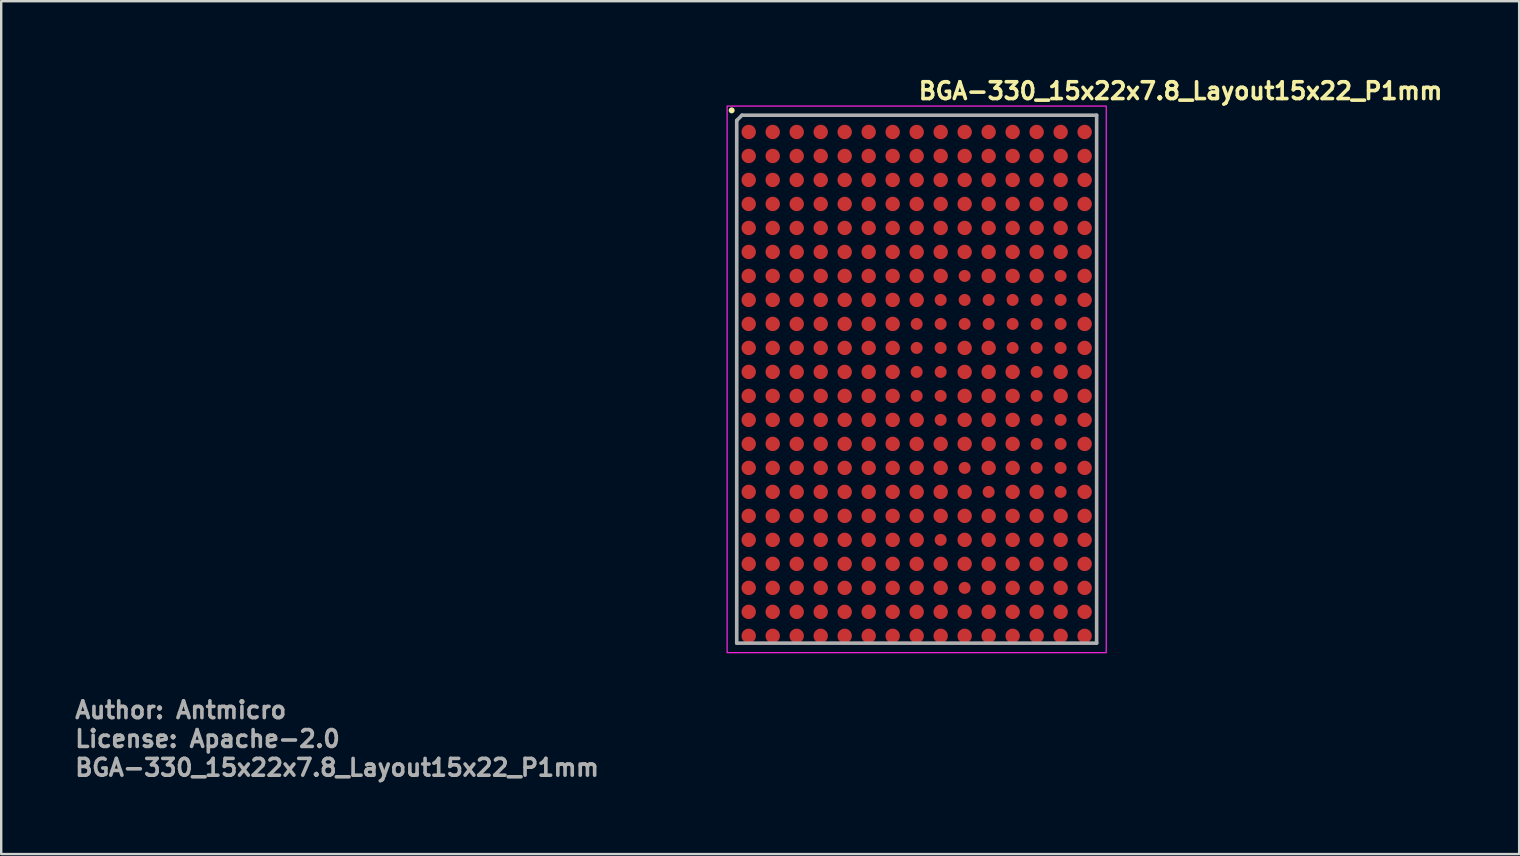
<source format=kicad_pcb>
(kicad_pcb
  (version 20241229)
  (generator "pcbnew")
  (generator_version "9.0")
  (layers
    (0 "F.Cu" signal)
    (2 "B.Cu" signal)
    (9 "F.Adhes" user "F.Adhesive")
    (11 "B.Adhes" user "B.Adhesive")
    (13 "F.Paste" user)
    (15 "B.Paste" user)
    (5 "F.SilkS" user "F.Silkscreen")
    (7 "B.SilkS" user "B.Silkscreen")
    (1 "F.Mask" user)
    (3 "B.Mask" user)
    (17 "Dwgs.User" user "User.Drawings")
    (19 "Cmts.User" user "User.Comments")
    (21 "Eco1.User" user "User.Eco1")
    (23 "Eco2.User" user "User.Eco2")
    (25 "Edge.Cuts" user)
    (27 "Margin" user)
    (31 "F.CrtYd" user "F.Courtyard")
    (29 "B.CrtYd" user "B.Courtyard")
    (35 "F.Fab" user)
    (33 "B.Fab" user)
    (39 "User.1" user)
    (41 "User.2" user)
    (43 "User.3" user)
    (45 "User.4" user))
  (footprint "BGA-330_15x22x7.8_Layout15x22_P1mm"
    (layer "F.Cu")
    (at 35.153 12.95)
    (property "Reference" "BGA-330_15x22x7.8_Layout15x22_P1mm" (at 0 -11.8 0) (unlocked yes) (layer "F.SilkS") (effects (font (size 0.7 0.7) (thickness 0.15)) (justify left bottom)))
    (attr smd)
    (fp_circle (center -7.71 -11.4) (end -7.66 -11.4) (stroke (width 0.15) (type solid)) (fill yes) (layer "F.SilkS"))
    (fp_rect (start -7.9 -11.58) (end 7.9 11.2) (stroke (width 0.05) (type solid)) (fill no) (layer "F.CrtYd"))
    (fp_line (start -7.499 -10.98) (end -7.499 10.802) (stroke (width 0.15) (type solid)) (layer "F.Fab"))
    (fp_line (start -7.281 -11.198) (end -7.499 -10.98) (stroke (width 0.15) (type solid)) (layer "F.Fab"))
    (fp_line (start 7.501 -11.198) (end -7.281 -11.198) (stroke (width 0.15) (type solid)) (layer "F.Fab"))
    (fp_line (start 7.501 -11.198) (end 7.501 10.802) (stroke (width 0.15) (type solid)) (layer "F.Fab"))
    (fp_line (start 7.501 10.802) (end -7.499 10.802) (stroke (width 0.15) (type solid)) (layer "F.Fab"))
    (fp_rect (start -7.506 -11.178) (end 7.506 10.818) (stroke (width 0.1) (type solid)) (fill no) (layer "User.5"))
    (fp_line (start -7.506 -11.178) (end -7.506 10.818) (stroke (width 0.02) (type solid)) (layer "User.9"))
    (fp_line (start -7.506 10.818) (end 7.506 10.818) (stroke (width 0.02) (type solid)) (layer "User.9"))
    (fp_line (start -6.38 -9.696) (end -6.38 -9.677) (stroke (width 0.02) (type solid)) (layer "User.9"))
    (fp_line (start -6.38 -9.677) (end -6.38 -9.677) (stroke (width 0.02) (type solid)) (layer "User.9"))
    (fp_line (start -6.38 -9.677) (end -6.38 -9.658) (stroke (width 0.02) (type solid)) (layer "User.9"))
    (fp_line (start -6.38 -9.658) (end -6.378 -9.639) (stroke (width 0.02) (type solid)) (layer "User.9"))
    (fp_line (start -6.378 -9.715) (end -6.38 -9.696) (stroke (width 0.02) (type solid)) (layer "User.9"))
    (fp_line (start -6.378 -9.639) (end -6.376 -9.62) (stroke (width 0.02) (type solid)) (layer "User.9"))
    (fp_line (start -6.376 -9.734) (end -6.378 -9.715) (stroke (width 0.02) (type solid)) (layer "User.9"))
    (fp_line (start -6.376 -9.62) (end -6.373 -9.601) (stroke (width 0.02) (type solid)) (layer "User.9"))
    (fp_line (start -6.373 -9.753) (end -6.376 -9.734) (stroke (width 0.02) (type solid)) (layer "User.9"))
    (fp_line (start -6.373 -9.601) (end -6.368 -9.583) (stroke (width 0.02) (type solid)) (layer "User.9"))
    (fp_line (start -6.368 -9.771) (end -6.373 -9.753) (stroke (width 0.02) (type solid)) (layer "User.9"))
    (fp_line (start -6.368 -9.583) (end -6.363 -9.565) (stroke (width 0.02) (type solid)) (layer "User.9"))
    (fp_line (start -6.363 -9.789) (end -6.368 -9.771) (stroke (width 0.02) (type solid)) (layer "User.9"))
    (fp_line (start -6.363 -9.565) (end -6.358 -9.548) (stroke (width 0.02) (type solid)) (layer "User.9"))
    (fp_line (start -6.358 -9.806) (end -6.363 -9.789) (stroke (width 0.02) (type solid)) (layer "User.9"))
    (fp_line (start -6.358 -9.548) (end -6.351 -9.531) (stroke (width 0.02) (type solid)) (layer "User.9"))
    (fp_line (start -6.351 -9.823) (end -6.358 -9.806) (stroke (width 0.02) (type solid)) (layer "User.9"))
    (fp_line (start -6.351 -9.531) (end -6.343 -9.514) (stroke (width 0.02) (type solid)) (layer "User.9"))
    (fp_line (start -6.343 -9.84) (end -6.351 -9.823) (stroke (width 0.02) (type solid)) (layer "User.9"))
    (fp_line (start -6.343 -9.514) (end -6.335 -9.498) (stroke (width 0.02) (type solid)) (layer "User.9"))
    (fp_line (start -6.335 -9.856) (end -6.343 -9.84) (stroke (width 0.02) (type solid)) (layer "User.9"))
    (fp_line (start -6.335 -9.498) (end -6.326 -9.482) (stroke (width 0.02) (type solid)) (layer "User.9"))
    (fp_line (start -6.326 -9.872) (end -6.335 -9.856) (stroke (width 0.02) (type solid)) (layer "User.9"))
    (fp_line (start -6.326 -9.482) (end -6.316 -9.467) (stroke (width 0.02) (type solid)) (layer "User.9"))
    (fp_line (start -6.316 -9.887) (end -6.326 -9.872) (stroke (width 0.02) (type solid)) (layer "User.9"))
    (fp_line (start -6.316 -9.467) (end -6.306 -9.452) (stroke (width 0.02) (type solid)) (layer "User.9"))
    (fp_line (start -6.306 -9.902) (end -6.316 -9.887) (stroke (width 0.02) (type solid)) (layer "User.9"))
    (fp_line (start -6.306 -9.452) (end -6.295 -9.438) (stroke (width 0.02) (type solid)) (layer "User.9"))
    (fp_line (start -6.295 -9.916) (end -6.306 -9.902) (stroke (width 0.02) (type solid)) (layer "User.9"))
    (fp_line (start -6.295 -9.438) (end -6.283 -9.425) (stroke (width 0.02) (type solid)) (layer "User.9"))
    (fp_line (start -6.283 -9.929) (end -6.295 -9.916) (stroke (width 0.02) (type solid)) (layer "User.9"))
    (fp_line (start -6.283 -9.425) (end -6.27 -9.412) (stroke (width 0.02) (type solid)) (layer "User.9"))
    (fp_line (start -6.27 -9.942) (end -6.283 -9.929) (stroke (width 0.02) (type solid)) (layer "User.9"))
    (fp_line (start -6.27 -9.412) (end -6.257 -9.399) (stroke (width 0.02) (type solid)) (layer "User.9"))
    (fp_line (start -6.257 -9.955) (end -6.27 -9.942) (stroke (width 0.02) (type solid)) (layer "User.9"))
    (fp_line (start -6.257 -9.399) (end -6.244 -9.387) (stroke (width 0.02) (type solid)) (layer "User.9"))
    (fp_line (start -6.244 -9.967) (end -6.257 -9.955) (stroke (width 0.02) (type solid)) (layer "User.9"))
    (fp_line (start -6.244 -9.387) (end -6.23 -9.376) (stroke (width 0.02) (type solid)) (layer "User.9"))
    (fp_line (start -6.23 -9.978) (end -6.244 -9.967) (stroke (width 0.02) (type solid)) (layer "User.9"))
    (fp_line (start -6.23 -9.376) (end -6.215 -9.366) (stroke (width 0.02) (type solid)) (layer "User.9"))
    (fp_line (start -6.215 -9.988) (end -6.23 -9.978) (stroke (width 0.02) (type solid)) (layer "User.9"))
    (fp_line (start -6.215 -9.366) (end -6.2 -9.356) (stroke (width 0.02) (type solid)) (layer "User.9"))
    (fp_line (start -6.2 -9.998) (end -6.215 -9.988) (stroke (width 0.02) (type solid)) (layer "User.9"))
    (fp_line (start -6.2 -9.356) (end -6.184 -9.347) (stroke (width 0.02) (type solid)) (layer "User.9"))
    (fp_line (start -6.184 -10.007) (end -6.2 -9.998) (stroke (width 0.02) (type solid)) (layer "User.9"))
    (fp_line (start -6.184 -9.347) (end -6.168 -9.339) (stroke (width 0.02) (type solid)) (layer "User.9"))
    (fp_line (start -6.168 -10.015) (end -6.184 -10.007) (stroke (width 0.02) (type solid)) (layer "User.9"))
    (fp_line (start -6.168 -9.339) (end -6.151 -9.331) (stroke (width 0.02) (type solid)) (layer "User.9"))
    (fp_line (start -6.151 -10.023) (end -6.168 -10.015) (stroke (width 0.02) (type solid)) (layer "User.9"))
    (fp_line (start -6.151 -9.331) (end -6.134 -9.324) (stroke (width 0.02) (type solid)) (layer "User.9"))
    (fp_line (start -6.134 -10.03) (end -6.151 -10.023) (stroke (width 0.02) (type solid)) (layer "User.9"))
    (fp_line (start -6.134 -9.324) (end -6.117 -9.319) (stroke (width 0.02) (type solid)) (layer "User.9"))
    (fp_line (start -6.117 -10.035) (end -6.134 -10.03) (stroke (width 0.02) (type solid)) (layer "User.9"))
    (fp_line (start -6.117 -9.319) (end -6.099 -9.314) (stroke (width 0.02) (type solid)) (layer "User.9"))
    (fp_line (start -6.099 -10.04) (end -6.117 -10.035) (stroke (width 0.02) (type solid)) (layer "User.9"))
    (fp_line (start -6.099 -9.314) (end -6.081 -9.309) (stroke (width 0.02) (type solid)) (layer "User.9"))
    (fp_line (start -6.081 -10.045) (end -6.099 -10.04) (stroke (width 0.02) (type solid)) (layer "User.9"))
    (fp_line (start -6.081 -9.309) (end -6.062 -9.306) (stroke (width 0.02) (type solid)) (layer "User.9"))
    (fp_line (start -6.062 -10.048) (end -6.081 -10.045) (stroke (width 0.02) (type solid)) (layer "User.9"))
    (fp_line (start -6.062 -9.306) (end -6.043 -9.304) (stroke (width 0.02) (type solid)) (layer "User.9"))
    (fp_line (start -6.043 -10.05) (end -6.062 -10.048) (stroke (width 0.02) (type solid)) (layer "User.9"))
    (fp_line (start -6.043 -9.304) (end -6.024 -9.302) (stroke (width 0.02) (type solid)) (layer "User.9"))
    (fp_line (start -6.024 -10.052) (end -6.043 -10.05) (stroke (width 0.02) (type solid)) (layer "User.9"))
    (fp_line (start -6.024 -9.302) (end -6.005 -9.302) (stroke (width 0.02) (type solid)) (layer "User.9"))
    (fp_line (start -6.005 -10.052) (end -6.024 -10.052) (stroke (width 0.02) (type solid)) (layer "User.9"))
    (fp_line (start -6.005 -10.052) (end -6.005 -10.052) (stroke (width 0.02) (type solid)) (layer "User.9"))
    (fp_line (start -6.005 -10.052) (end -6.005 -10.052) (stroke (width 0.02) (type solid)) (layer "User.9"))
    (fp_line (start -6.005 -9.302) (end -6.005 -9.302) (stroke (width 0.02) (type solid)) (layer "User.9"))
    (fp_line (start -6.005 -9.302) (end -5.986 -9.302) (stroke (width 0.02) (type solid)) (layer "User.9"))
    (fp_line (start -5.986 -10.052) (end -6.005 -10.052) (stroke (width 0.02) (type solid)) (layer "User.9"))
    (fp_line (start -5.986 -9.302) (end -5.967 -9.304) (stroke (width 0.02) (type solid)) (layer "User.9"))
    (fp_line (start -5.967 -10.05) (end -5.986 -10.052) (stroke (width 0.02) (type solid)) (layer "User.9"))
    (fp_line (start -5.967 -9.304) (end -5.948 -9.306) (stroke (width 0.02) (type solid)) (layer "User.9"))
    (fp_line (start -5.948 -10.048) (end -5.967 -10.05) (stroke (width 0.02) (type solid)) (layer "User.9"))
    (fp_line (start -5.948 -9.306) (end -5.929 -9.309) (stroke (width 0.02) (type solid)) (layer "User.9"))
    (fp_line (start -5.929 -10.045) (end -5.948 -10.048) (stroke (width 0.02) (type solid)) (layer "User.9"))
    (fp_line (start -5.929 -9.309) (end -5.911 -9.314) (stroke (width 0.02) (type solid)) (layer "User.9"))
    (fp_line (start -5.911 -10.04) (end -5.929 -10.045) (stroke (width 0.02) (type solid)) (layer "User.9"))
    (fp_line (start -5.911 -9.314) (end -5.893 -9.319) (stroke (width 0.02) (type solid)) (layer "User.9"))
    (fp_line (start -5.893 -10.035) (end -5.911 -10.04) (stroke (width 0.02) (type solid)) (layer "User.9"))
    (fp_line (start -5.893 -9.319) (end -5.876 -9.324) (stroke (width 0.02) (type solid)) (layer "User.9"))
    (fp_line (start -5.876 -10.03) (end -5.893 -10.035) (stroke (width 0.02) (type solid)) (layer "User.9"))
    (fp_line (start -5.876 -9.324) (end -5.859 -9.331) (stroke (width 0.02) (type solid)) (layer "User.9"))
    (fp_line (start -5.859 -10.023) (end -5.876 -10.03) (stroke (width 0.02) (type solid)) (layer "User.9"))
    (fp_line (start -5.859 -9.331) (end -5.842 -9.339) (stroke (width 0.02) (type solid)) (layer "User.9"))
    (fp_line (start -5.842 -10.015) (end -5.859 -10.023) (stroke (width 0.02) (type solid)) (layer "User.9"))
    (fp_line (start -5.842 -9.339) (end -5.826 -9.347) (stroke (width 0.02) (type solid)) (layer "User.9"))
    (fp_line (start -5.826 -10.007) (end -5.842 -10.015) (stroke (width 0.02) (type solid)) (layer "User.9"))
    (fp_line (start -5.826 -9.347) (end -5.81 -9.356) (stroke (width 0.02) (type solid)) (layer "User.9"))
    (fp_line (start -5.81 -9.998) (end -5.826 -10.007) (stroke (width 0.02) (type solid)) (layer "User.9"))
    (fp_line (start -5.81 -9.356) (end -5.795 -9.366) (stroke (width 0.02) (type solid)) (layer "User.9"))
    (fp_line (start -5.795 -9.988) (end -5.81 -9.998) (stroke (width 0.02) (type solid)) (layer "User.9"))
    (fp_line (start -5.795 -9.366) (end -5.78 -9.376) (stroke (width 0.02) (type solid)) (layer "User.9"))
    (fp_line (start -5.78 -9.978) (end -5.795 -9.988) (stroke (width 0.02) (type solid)) (layer "User.9"))
    (fp_line (start -5.78 -9.376) (end -5.766 -9.387) (stroke (width 0.02) (type solid)) (layer "User.9"))
    (fp_line (start -5.766 -9.967) (end -5.78 -9.978) (stroke (width 0.02) (type solid)) (layer "User.9"))
    (fp_line (start -5.766 -9.387) (end -5.753 -9.399) (stroke (width 0.02) (type solid)) (layer "User.9"))
    (fp_line (start -5.753 -9.955) (end -5.766 -9.967) (stroke (width 0.02) (type solid)) (layer "User.9"))
    (fp_line (start -5.753 -9.399) (end -5.74 -9.412) (stroke (width 0.02) (type solid)) (layer "User.9"))
    (fp_line (start -5.74 -9.942) (end -5.753 -9.955) (stroke (width 0.02) (type solid)) (layer "User.9"))
    (fp_line (start -5.74 -9.412) (end -5.727 -9.425) (stroke (width 0.02) (type solid)) (layer "User.9"))
    (fp_line (start -5.727 -9.929) (end -5.74 -9.942) (stroke (width 0.02) (type solid)) (layer "User.9"))
    (fp_line (start -5.727 -9.425) (end -5.715 -9.438) (stroke (width 0.02) (type solid)) (layer "User.9"))
    (fp_line (start -5.715 -9.916) (end -5.727 -9.929) (stroke (width 0.02) (type solid)) (layer "User.9"))
    (fp_line (start -5.715 -9.438) (end -5.704 -9.452) (stroke (width 0.02) (type solid)) (layer "User.9"))
    (fp_line (start -5.704 -9.902) (end -5.715 -9.916) (stroke (width 0.02) (type solid)) (layer "User.9"))
    (fp_line (start -5.704 -9.452) (end -5.694 -9.467) (stroke (width 0.02) (type solid)) (layer "User.9"))
    (fp_line (start -5.694 -9.887) (end -5.704 -9.902) (stroke (width 0.02) (type solid)) (layer "User.9"))
    (fp_line (start -5.694 -9.467) (end -5.684 -9.482) (stroke (width 0.02) (type solid)) (layer "User.9"))
    (fp_line (start -5.684 -9.872) (end -5.694 -9.887) (stroke (width 0.02) (type solid)) (layer "User.9"))
    (fp_line (start -5.684 -9.482) (end -5.675 -9.498) (stroke (width 0.02) (type solid)) (layer "User.9"))
    (fp_line (start -5.675 -9.856) (end -5.684 -9.872) (stroke (width 0.02) (type solid)) (layer "User.9"))
    (fp_line (start -5.675 -9.498) (end -5.667 -9.514) (stroke (width 0.02) (type solid)) (layer "User.9"))
    (fp_line (start -5.667 -9.84) (end -5.675 -9.856) (stroke (width 0.02) (type solid)) (layer "User.9"))
    (fp_line (start -5.667 -9.514) (end -5.659 -9.531) (stroke (width 0.02) (type solid)) (layer "User.9"))
    (fp_line (start -5.659 -9.823) (end -5.667 -9.84) (stroke (width 0.02) (type solid)) (layer "User.9"))
    (fp_line (start -5.659 -9.531) (end -5.652 -9.548) (stroke (width 0.02) (type solid)) (layer "User.9"))
    (fp_line (start -5.652 -9.806) (end -5.659 -9.823) (stroke (width 0.02) (type solid)) (layer "User.9"))
    (fp_line (start -5.652 -9.548) (end -5.647 -9.565) (stroke (width 0.02) (type solid)) (layer "User.9"))
    (fp_line (start -5.647 -9.789) (end -5.652 -9.806) (stroke (width 0.02) (type solid)) (layer "User.9"))
    (fp_line (start -5.647 -9.565) (end -5.642 -9.583) (stroke (width 0.02) (type solid)) (layer "User.9"))
    (fp_line (start -5.642 -9.771) (end -5.647 -9.789) (stroke (width 0.02) (type solid)) (layer "User.9"))
    (fp_line (start -5.642 -9.583) (end -5.637 -9.601) (stroke (width 0.02) (type solid)) (layer "User.9"))
    (fp_line (start -5.637 -9.753) (end -5.642 -9.771) (stroke (width 0.02) (type solid)) (layer "User.9"))
    (fp_line (start -5.637 -9.601) (end -5.634 -9.62) (stroke (width 0.02) (type solid)) (layer "User.9"))
    (fp_line (start -5.634 -9.734) (end -5.637 -9.753) (stroke (width 0.02) (type solid)) (layer "User.9"))
    (fp_line (start -5.634 -9.62) (end -5.632 -9.639) (stroke (width 0.02) (type solid)) (layer "User.9"))
    (fp_line (start -5.632 -9.715) (end -5.634 -9.734) (stroke (width 0.02) (type solid)) (layer "User.9"))
    (fp_line (start -5.632 -9.639) (end -5.63 -9.658) (stroke (width 0.02) (type solid)) (layer "User.9"))
    (fp_line (start -5.63 -9.696) (end -5.632 -9.715) (stroke (width 0.02) (type solid)) (layer "User.9"))
    (fp_line (start -5.63 -9.677) (end -5.63 -9.696) (stroke (width 0.02) (type solid)) (layer "User.9"))
    (fp_line (start -5.63 -9.677) (end -5.63 -9.677) (stroke (width 0.02) (type solid)) (layer "User.9"))
    (fp_line (start -5.63 -9.658) (end -5.63 -9.677) (stroke (width 0.02) (type solid)) (layer "User.9"))
    (fp_line (start 7.506 -11.178) (end -7.506 -11.178) (stroke (width 0.02) (type solid)) (layer "User.9"))
    (fp_line (start 7.506 10.818) (end 7.506 -11.178) (stroke (width 0.02) (type solid)) (layer "User.9"))
    (fp_text user "${REFERENCE}" (at -35.153 16.4 0) (layer "F.Fab") (effects (font (size 0.7 0.7) (thickness 0.15)) (justify left bottom)))
    (fp_text user "Author: Antmicro" (at -35.153 14 0) (layer "F.Fab") (effects (font (size 0.7 0.7) (thickness 0.15)) (justify left bottom)))
    (fp_text user "License: Apache-2.0" (at -35.153 15.2 0) (layer "F.Fab") (effects (font (size 0.7 0.7) (thickness 0.15)) (justify left bottom)))
    (pad "A1" smd circle (at -7 -10.5 270) (size 0.6 0.6) (layers "F.Cu" "F.Mask" "F.Paste"))
    (pad "A2" smd circle (at -6 -10.5 270) (size 0.6 0.6) (layers "F.Cu" "F.Mask" "F.Paste"))
    (pad "A3" smd circle (at -5 -10.5 270) (size 0.6 0.6) (layers "F.Cu" "F.Mask" "F.Paste"))
    (pad "A4" smd circle (at -4 -10.5 270) (size 0.6 0.6) (layers "F.Cu" "F.Mask" "F.Paste"))
    (pad "A5" smd circle (at -3 -10.5 270) (size 0.6 0.6) (layers "F.Cu" "F.Mask" "F.Paste"))
    (pad "A6" smd circle (at -2 -10.5 270) (size 0.6 0.6) (layers "F.Cu" "F.Mask" "F.Paste"))
    (pad "A7" smd circle (at -1 -10.5 270) (size 0.6 0.6) (layers "F.Cu" "F.Mask" "F.Paste"))
    (pad "A8" smd circle (at 0 -10.5 270) (size 0.6 0.6) (layers "F.Cu" "F.Mask" "F.Paste"))
    (pad "A9" smd circle (at 1 -10.5 270) (size 0.6 0.6) (layers "F.Cu" "F.Mask" "F.Paste"))
    (pad "A10" smd circle (at 2 -10.5 270) (size 0.6 0.6) (layers "F.Cu" "F.Mask" "F.Paste"))
    (pad "A11" smd circle (at 3 -10.5 270) (size 0.6 0.6) (layers "F.Cu" "F.Mask" "F.Paste"))
    (pad "A12" smd circle (at 4 -10.5 270) (size 0.6 0.6) (layers "F.Cu" "F.Mask" "F.Paste"))
    (pad "A13" smd circle (at 5 -10.5 270) (size 0.6 0.6) (layers "F.Cu" "F.Mask" "F.Paste"))
    (pad "A14" smd circle (at 6 -10.5 270) (size 0.6 0.6) (layers "F.Cu" "F.Mask" "F.Paste"))
    (pad "A15" smd circle (at 7 -10.5 270) (size 0.6 0.6) (layers "F.Cu" "F.Mask" "F.Paste"))
    (pad "AA1" smd circle (at -7 9.5 270) (size 0.6 0.6) (layers "F.Cu" "F.Mask" "F.Paste"))
    (pad "AA2" smd circle (at -6 9.5 270) (size 0.6 0.6) (layers "F.Cu" "F.Mask" "F.Paste"))
    (pad "AA3" smd circle (at -5 9.5 270) (size 0.6 0.6) (layers "F.Cu" "F.Mask" "F.Paste"))
    (pad "AA4" smd circle (at -4 9.5 270) (size 0.6 0.6) (layers "F.Cu" "F.Mask" "F.Paste"))
    (pad "AA5" smd circle (at -3 9.5 270) (size 0.6 0.6) (layers "F.Cu" "F.Mask" "F.Paste"))
    (pad "AA6" smd circle (at -2 9.5 270) (size 0.6 0.6) (layers "F.Cu" "F.Mask" "F.Paste"))
    (pad "AA7" smd circle (at -1 9.5 270) (size 0.6 0.6) (layers "F.Cu" "F.Mask" "F.Paste"))
    (pad "AA8" smd circle (at 0 9.5 270) (size 0.6 0.6) (layers "F.Cu" "F.Mask" "F.Paste"))
    (pad "AA9" smd circle (at 1 9.5 270) (size 0.6 0.6) (layers "F.Cu" "F.Mask" "F.Paste"))
    (pad "AA10" smd circle (at 2 9.5 270) (size 0.6 0.6) (layers "F.Cu" "F.Mask" "F.Paste"))
    (pad "AA11" smd circle (at 3 9.5 270) (size 0.6 0.6) (layers "F.Cu" "F.Mask" "F.Paste"))
    (pad "AA12" smd circle (at 4 9.5 270) (size 0.6 0.6) (layers "F.Cu" "F.Mask" "F.Paste"))
    (pad "AA13" smd circle (at 5 9.5 270) (size 0.6 0.6) (layers "F.Cu" "F.Mask" "F.Paste"))
    (pad "AA14" smd circle (at 6 9.5 270) (size 0.6 0.6) (layers "F.Cu" "F.Mask" "F.Paste"))
    (pad "AA15" smd circle (at 7 9.5 270) (size 0.6 0.6) (layers "F.Cu" "F.Mask" "F.Paste"))
    (pad "AB1" smd circle (at -7 10.5 270) (size 0.6 0.6) (layers "F.Cu" "F.Mask" "F.Paste"))
    (pad "AB2" smd circle (at -6 10.5 270) (size 0.6 0.6) (layers "F.Cu" "F.Mask" "F.Paste"))
    (pad "AB3" smd circle (at -5 10.5 270) (size 0.6 0.6) (layers "F.Cu" "F.Mask" "F.Paste"))
    (pad "AB4" smd circle (at -4 10.5 270) (size 0.6 0.6) (layers "F.Cu" "F.Mask" "F.Paste"))
    (pad "AB5" smd circle (at -3 10.5 270) (size 0.6 0.6) (layers "F.Cu" "F.Mask" "F.Paste"))
    (pad "AB6" smd circle (at -2 10.5 270) (size 0.6 0.6) (layers "F.Cu" "F.Mask" "F.Paste"))
    (pad "AB7" smd circle (at -1 10.5 270) (size 0.6 0.6) (layers "F.Cu" "F.Mask" "F.Paste"))
    (pad "AB8" smd circle (at 0 10.5 270) (size 0.6 0.6) (layers "F.Cu" "F.Mask" "F.Paste"))
    (pad "AB9" smd circle (at 1 10.5 270) (size 0.6 0.6) (layers "F.Cu" "F.Mask" "F.Paste"))
    (pad "AB10" smd circle (at 2 10.5 270) (size 0.6 0.6) (layers "F.Cu" "F.Mask" "F.Paste"))
    (pad "AB11" smd circle (at 3 10.5 270) (size 0.6 0.6) (layers "F.Cu" "F.Mask" "F.Paste"))
    (pad "AB12" smd circle (at 4 10.5 270) (size 0.6 0.6) (layers "F.Cu" "F.Mask" "F.Paste"))
    (pad "AB13" smd circle (at 5 10.5 270) (size 0.6 0.6) (layers "F.Cu" "F.Mask" "F.Paste"))
    (pad "AB14" smd circle (at 6 10.5 270) (size 0.6 0.6) (layers "F.Cu" "F.Mask" "F.Paste"))
    (pad "AB15" smd circle (at 7 10.5 270) (size 0.6 0.6) (layers "F.Cu" "F.Mask" "F.Paste"))
    (pad "B1" smd circle (at -7 -9.5 270) (size 0.6 0.6) (layers "F.Cu" "F.Mask" "F.Paste"))
    (pad "B2" smd circle (at -6 -9.5 270) (size 0.6 0.6) (layers "F.Cu" "F.Mask" "F.Paste"))
    (pad "B3" smd circle (at -5 -9.5 270) (size 0.6 0.6) (layers "F.Cu" "F.Mask" "F.Paste"))
    (pad "B4" smd circle (at -4 -9.5 270) (size 0.6 0.6) (layers "F.Cu" "F.Mask" "F.Paste"))
    (pad "B5" smd circle (at -3 -9.5 270) (size 0.6 0.6) (layers "F.Cu" "F.Mask" "F.Paste"))
    (pad "B6" smd circle (at -2 -9.5 270) (size 0.6 0.6) (layers "F.Cu" "F.Mask" "F.Paste"))
    (pad "B7" smd circle (at -1 -9.5 270) (size 0.6 0.6) (layers "F.Cu" "F.Mask" "F.Paste"))
    (pad "B8" smd circle (at 0 -9.5 270) (size 0.6 0.6) (layers "F.Cu" "F.Mask" "F.Paste"))
    (pad "B9" smd circle (at 1 -9.5 270) (size 0.6 0.6) (layers "F.Cu" "F.Mask" "F.Paste"))
    (pad "B10" smd circle (at 2 -9.5 270) (size 0.6 0.6) (layers "F.Cu" "F.Mask" "F.Paste"))
    (pad "B11" smd circle (at 3 -9.5 270) (size 0.6 0.6) (layers "F.Cu" "F.Mask" "F.Paste"))
    (pad "B12" smd circle (at 4 -9.5 270) (size 0.6 0.6) (layers "F.Cu" "F.Mask" "F.Paste"))
    (pad "B13" smd circle (at 5 -9.5 270) (size 0.6 0.6) (layers "F.Cu" "F.Mask" "F.Paste"))
    (pad "B14" smd circle (at 6 -9.5 270) (size 0.6 0.6) (layers "F.Cu" "F.Mask" "F.Paste"))
    (pad "B15" smd circle (at 7 -9.5 270) (size 0.6 0.6) (layers "F.Cu" "F.Mask" "F.Paste"))
    (pad "C1" smd circle (at -7 -8.5 270) (size 0.6 0.6) (layers "F.Cu" "F.Mask" "F.Paste"))
    (pad "C2" smd circle (at -6 -8.5 270) (size 0.6 0.6) (layers "F.Cu" "F.Mask" "F.Paste"))
    (pad "C3" smd circle (at -5 -8.5 270) (size 0.6 0.6) (layers "F.Cu" "F.Mask" "F.Paste"))
    (pad "C4" smd circle (at -4 -8.5 270) (size 0.6 0.6) (layers "F.Cu" "F.Mask" "F.Paste"))
    (pad "C5" smd circle (at -3 -8.5 270) (size 0.6 0.6) (layers "F.Cu" "F.Mask" "F.Paste"))
    (pad "C6" smd circle (at -2 -8.5 270) (size 0.6 0.6) (layers "F.Cu" "F.Mask" "F.Paste"))
    (pad "C7" smd circle (at -1 -8.5 270) (size 0.6 0.6) (layers "F.Cu" "F.Mask" "F.Paste"))
    (pad "C8" smd circle (at 0 -8.5 270) (size 0.6 0.6) (layers "F.Cu" "F.Mask" "F.Paste"))
    (pad "C9" smd circle (at 1 -8.5 270) (size 0.6 0.6) (layers "F.Cu" "F.Mask" "F.Paste"))
    (pad "C10" smd circle (at 2 -8.5 270) (size 0.6 0.6) (layers "F.Cu" "F.Mask" "F.Paste"))
    (pad "C11" smd circle (at 3 -8.5 270) (size 0.6 0.6) (layers "F.Cu" "F.Mask" "F.Paste"))
    (pad "C12" smd circle (at 4 -8.5 270) (size 0.6 0.6) (layers "F.Cu" "F.Mask" "F.Paste"))
    (pad "C13" smd circle (at 5 -8.5 270) (size 0.6 0.6) (layers "F.Cu" "F.Mask" "F.Paste"))
    (pad "C14" smd circle (at 6 -8.5 270) (size 0.6 0.6) (layers "F.Cu" "F.Mask" "F.Paste"))
    (pad "C15" smd circle (at 7 -8.5 270) (size 0.6 0.6) (layers "F.Cu" "F.Mask" "F.Paste"))
    (pad "D1" smd circle (at -7 -7.5 270) (size 0.6 0.6) (layers "F.Cu" "F.Mask" "F.Paste"))
    (pad "D2" smd circle (at -6 -7.5 270) (size 0.6 0.6) (layers "F.Cu" "F.Mask" "F.Paste"))
    (pad "D3" smd circle (at -5 -7.5 270) (size 0.6 0.6) (layers "F.Cu" "F.Mask" "F.Paste"))
    (pad "D4" smd circle (at -4 -7.5 270) (size 0.6 0.6) (layers "F.Cu" "F.Mask" "F.Paste"))
    (pad "D5" smd circle (at -3 -7.5 270) (size 0.6 0.6) (layers "F.Cu" "F.Mask" "F.Paste"))
    (pad "D6" smd circle (at -2 -7.5 270) (size 0.6 0.6) (layers "F.Cu" "F.Mask" "F.Paste"))
    (pad "D7" smd circle (at -1 -7.5 270) (size 0.6 0.6) (layers "F.Cu" "F.Mask" "F.Paste"))
    (pad "D8" smd circle (at 0 -7.5 270) (size 0.6 0.6) (layers "F.Cu" "F.Mask" "F.Paste"))
    (pad "D9" smd circle (at 1 -7.5 270) (size 0.6 0.6) (layers "F.Cu" "F.Mask" "F.Paste"))
    (pad "D10" smd circle (at 2 -7.5 270) (size 0.6 0.6) (layers "F.Cu" "F.Mask" "F.Paste"))
    (pad "D11" smd circle (at 3 -7.5 270) (size 0.6 0.6) (layers "F.Cu" "F.Mask" "F.Paste"))
    (pad "D12" smd circle (at 4 -7.5 270) (size 0.6 0.6) (layers "F.Cu" "F.Mask" "F.Paste"))
    (pad "D13" smd circle (at 5 -7.5 270) (size 0.6 0.6) (layers "F.Cu" "F.Mask" "F.Paste"))
    (pad "D14" smd circle (at 6 -7.5 270) (size 0.6 0.6) (layers "F.Cu" "F.Mask" "F.Paste"))
    (pad "D15" smd circle (at 7 -7.5 270) (size 0.6 0.6) (layers "F.Cu" "F.Mask" "F.Paste"))
    (pad "E1" smd circle (at -7 -6.5 270) (size 0.6 0.6) (layers "F.Cu" "F.Mask" "F.Paste"))
    (pad "E2" smd circle (at -6 -6.5 270) (size 0.6 0.6) (layers "F.Cu" "F.Mask" "F.Paste"))
    (pad "E3" smd circle (at -5 -6.5 270) (size 0.6 0.6) (layers "F.Cu" "F.Mask" "F.Paste"))
    (pad "E4" smd circle (at -4 -6.5 270) (size 0.6 0.6) (layers "F.Cu" "F.Mask" "F.Paste"))
    (pad "E5" smd circle (at -3 -6.5 270) (size 0.6 0.6) (layers "F.Cu" "F.Mask" "F.Paste"))
    (pad "E6" smd circle (at -2 -6.5 270) (size 0.6 0.6) (layers "F.Cu" "F.Mask" "F.Paste"))
    (pad "E7" smd circle (at -1 -6.5 270) (size 0.6 0.6) (layers "F.Cu" "F.Mask" "F.Paste"))
    (pad "E8" smd circle (at 0 -6.5 270) (size 0.6 0.6) (layers "F.Cu" "F.Mask" "F.Paste"))
    (pad "E9" smd circle (at 1 -6.5 270) (size 0.6 0.6) (layers "F.Cu" "F.Mask" "F.Paste"))
    (pad "E10" smd circle (at 2 -6.5 270) (size 0.6 0.6) (layers "F.Cu" "F.Mask" "F.Paste"))
    (pad "E11" smd circle (at 3 -6.5 270) (size 0.6 0.6) (layers "F.Cu" "F.Mask" "F.Paste"))
    (pad "E12" smd circle (at 4 -6.5 270) (size 0.6 0.6) (layers "F.Cu" "F.Mask" "F.Paste"))
    (pad "E13" smd circle (at 5 -6.5 270) (size 0.6 0.6) (layers "F.Cu" "F.Mask" "F.Paste"))
    (pad "E14" smd circle (at 6 -6.5 270) (size 0.6 0.6) (layers "F.Cu" "F.Mask" "F.Paste"))
    (pad "E15" smd circle (at 7 -6.5 270) (size 0.6 0.6) (layers "F.Cu" "F.Mask" "F.Paste"))
    (pad "F1" smd circle (at -7 -5.5 270) (size 0.6 0.6) (layers "F.Cu" "F.Mask" "F.Paste"))
    (pad "F2" smd circle (at -6 -5.5 270) (size 0.6 0.6) (layers "F.Cu" "F.Mask" "F.Paste"))
    (pad "F3" smd circle (at -5 -5.5 270) (size 0.6 0.6) (layers "F.Cu" "F.Mask" "F.Paste"))
    (pad "F4" smd circle (at -4 -5.5 270) (size 0.6 0.6) (layers "F.Cu" "F.Mask" "F.Paste"))
    (pad "F5" smd circle (at -3 -5.5 270) (size 0.6 0.6) (layers "F.Cu" "F.Mask" "F.Paste"))
    (pad "F6" smd circle (at -2 -5.5 270) (size 0.6 0.6) (layers "F.Cu" "F.Mask" "F.Paste"))
    (pad "F7" smd circle (at -1 -5.5 270) (size 0.6 0.6) (layers "F.Cu" "F.Mask" "F.Paste"))
    (pad "F8" smd circle (at 0 -5.5 270) (size 0.6 0.6) (layers "F.Cu" "F.Mask" "F.Paste"))
    (pad "F9" smd circle (at 1 -5.5 270) (size 0.6 0.6) (layers "F.Cu" "F.Mask" "F.Paste"))
    (pad "F10" smd circle (at 2 -5.5 270) (size 0.6 0.6) (layers "F.Cu" "F.Mask" "F.Paste"))
    (pad "F11" smd circle (at 3 -5.5 270) (size 0.6 0.6) (layers "F.Cu" "F.Mask" "F.Paste"))
    (pad "F12" smd circle (at 4 -5.5 270) (size 0.6 0.6) (layers "F.Cu" "F.Mask" "F.Paste"))
    (pad "F13" smd circle (at 5 -5.5 270) (size 0.6 0.6) (layers "F.Cu" "F.Mask" "F.Paste"))
    (pad "F14" smd circle (at 6 -5.5 270) (size 0.6 0.6) (layers "F.Cu" "F.Mask" "F.Paste"))
    (pad "F15" smd circle (at 7 -5.5 270) (size 0.6 0.6) (layers "F.Cu" "F.Mask" "F.Paste"))
    (pad "G1" smd circle (at -7 -4.5 270) (size 0.6 0.6) (layers "F.Cu" "F.Mask" "F.Paste"))
    (pad "G2" smd circle (at -6 -4.5 270) (size 0.6 0.6) (layers "F.Cu" "F.Mask" "F.Paste"))
    (pad "G3" smd circle (at -5 -4.5 270) (size 0.6 0.6) (layers "F.Cu" "F.Mask" "F.Paste"))
    (pad "G4" smd circle (at -4 -4.5 270) (size 0.6 0.6) (layers "F.Cu" "F.Mask" "F.Paste"))
    (pad "G5" smd circle (at -3 -4.5 270) (size 0.6 0.6) (layers "F.Cu" "F.Mask" "F.Paste"))
    (pad "G6" smd circle (at -2 -4.5 270) (size 0.6 0.6) (layers "F.Cu" "F.Mask" "F.Paste"))
    (pad "G7" smd circle (at -1 -4.5 270) (size 0.6 0.6) (layers "F.Cu" "F.Mask" "F.Paste"))
    (pad "G8" smd circle (at 0 -4.5 270) (size 0.6 0.6) (layers "F.Cu" "F.Mask" "F.Paste"))
    (pad "G9" smd circle (at 1 -4.5 270) (size 0.6 0.6) (layers "F.Cu" "F.Mask" "F.Paste"))
    (pad "G10" smd circle (at 2 -4.5 270) (size 0.5 0.5) (layers "F.Cu" "F.Mask" "F.Paste"))
    (pad "G11" smd circle (at 3 -4.5 270) (size 0.6 0.6) (layers "F.Cu" "F.Mask" "F.Paste"))
    (pad "G12" smd circle (at 4 -4.5 270) (size 0.6 0.6) (layers "F.Cu" "F.Mask" "F.Paste"))
    (pad "G13" smd circle (at 5 -4.5 270) (size 0.6 0.6) (layers "F.Cu" "F.Mask" "F.Paste"))
    (pad "G14" smd circle (at 6 -4.5 270) (size 0.5 0.5) (layers "F.Cu" "F.Mask" "F.Paste"))
    (pad "G15" smd circle (at 7 -4.5 270) (size 0.6 0.6) (layers "F.Cu" "F.Mask" "F.Paste"))
    (pad "H1" smd circle (at -7 -3.5 270) (size 0.6 0.6) (layers "F.Cu" "F.Mask" "F.Paste"))
    (pad "H2" smd circle (at -6 -3.5 270) (size 0.6 0.6) (layers "F.Cu" "F.Mask" "F.Paste"))
    (pad "H3" smd circle (at -5 -3.5 270) (size 0.6 0.6) (layers "F.Cu" "F.Mask" "F.Paste"))
    (pad "H4" smd circle (at -4 -3.5 270) (size 0.6 0.6) (layers "F.Cu" "F.Mask" "F.Paste"))
    (pad "H5" smd circle (at -3 -3.5 270) (size 0.6 0.6) (layers "F.Cu" "F.Mask" "F.Paste"))
    (pad "H6" smd circle (at -2 -3.5 270) (size 0.6 0.6) (layers "F.Cu" "F.Mask" "F.Paste"))
    (pad "H7" smd circle (at -1 -3.5 270) (size 0.6 0.6) (layers "F.Cu" "F.Mask" "F.Paste"))
    (pad "H8" smd circle (at 0 -3.5 270) (size 0.6 0.6) (layers "F.Cu" "F.Mask" "F.Paste"))
    (pad "H9" smd circle (at 1 -3.5 270) (size 0.5 0.5) (layers "F.Cu" "F.Mask" "F.Paste"))
    (pad "H10" smd circle (at 2 -3.5 270) (size 0.5 0.5) (layers "F.Cu" "F.Mask" "F.Paste"))
    (pad "H11" smd circle (at 3 -3.5 270) (size 0.5 0.5) (layers "F.Cu" "F.Mask" "F.Paste"))
    (pad "H12" smd circle (at 4 -3.5 270) (size 0.5 0.5) (layers "F.Cu" "F.Mask" "F.Paste"))
    (pad "H13" smd circle (at 5 -3.5 270) (size 0.5 0.5) (layers "F.Cu" "F.Mask" "F.Paste"))
    (pad "H14" smd circle (at 6 -3.5 270) (size 0.5 0.5) (layers "F.Cu" "F.Mask" "F.Paste"))
    (pad "H15" smd circle (at 7 -3.5 270) (size 0.6 0.6) (layers "F.Cu" "F.Mask" "F.Paste"))
    (pad "J1" smd circle (at -7 -2.5 270) (size 0.6 0.6) (layers "F.Cu" "F.Mask" "F.Paste"))
    (pad "J2" smd circle (at -6 -2.5 270) (size 0.6 0.6) (layers "F.Cu" "F.Mask" "F.Paste"))
    (pad "J3" smd circle (at -5 -2.5 270) (size 0.6 0.6) (layers "F.Cu" "F.Mask" "F.Paste"))
    (pad "J4" smd circle (at -4 -2.5 270) (size 0.6 0.6) (layers "F.Cu" "F.Mask" "F.Paste"))
    (pad "J5" smd circle (at -3 -2.5 270) (size 0.6 0.6) (layers "F.Cu" "F.Mask" "F.Paste"))
    (pad "J6" smd circle (at -2 -2.5 270) (size 0.6 0.6) (layers "F.Cu" "F.Mask" "F.Paste"))
    (pad "J7" smd circle (at -1 -2.5 270) (size 0.6 0.6) (layers "F.Cu" "F.Mask" "F.Paste"))
    (pad "J8" smd circle (at 0 -2.5 270) (size 0.5 0.5) (layers "F.Cu" "F.Mask" "F.Paste"))
    (pad "J9" smd circle (at 1 -2.5 270) (size 0.5 0.5) (layers "F.Cu" "F.Mask" "F.Paste"))
    (pad "J10" smd circle (at 2 -2.5 270) (size 0.5 0.5) (layers "F.Cu" "F.Mask" "F.Paste"))
    (pad "J11" smd circle (at 3 -2.5 270) (size 0.5 0.5) (layers "F.Cu" "F.Mask" "F.Paste"))
    (pad "J12" smd circle (at 4 -2.5 270) (size 0.5 0.5) (layers "F.Cu" "F.Mask" "F.Paste"))
    (pad "J13" smd circle (at 5 -2.5 270) (size 0.5 0.5) (layers "F.Cu" "F.Mask" "F.Paste"))
    (pad "J14" smd circle (at 6 -2.5 270) (size 0.5 0.5) (layers "F.Cu" "F.Mask" "F.Paste"))
    (pad "J15" smd circle (at 7 -2.5 270) (size 0.6 0.6) (layers "F.Cu" "F.Mask" "F.Paste"))
    (pad "K1" smd circle (at -7 -1.5 270) (size 0.6 0.6) (layers "F.Cu" "F.Mask" "F.Paste"))
    (pad "K2" smd circle (at -6 -1.5 270) (size 0.6 0.6) (layers "F.Cu" "F.Mask" "F.Paste"))
    (pad "K3" smd circle (at -5 -1.5 270) (size 0.6 0.6) (layers "F.Cu" "F.Mask" "F.Paste"))
    (pad "K4" smd circle (at -4 -1.5 270) (size 0.6 0.6) (layers "F.Cu" "F.Mask" "F.Paste"))
    (pad "K5" smd circle (at -3 -1.5 270) (size 0.6 0.6) (layers "F.Cu" "F.Mask" "F.Paste"))
    (pad "K6" smd circle (at -2 -1.5 270) (size 0.6 0.6) (layers "F.Cu" "F.Mask" "F.Paste"))
    (pad "K7" smd circle (at -1 -1.5 270) (size 0.6 0.6) (layers "F.Cu" "F.Mask" "F.Paste"))
    (pad "K8" smd circle (at 0 -1.5 270) (size 0.5 0.5) (layers "F.Cu" "F.Mask" "F.Paste"))
    (pad "K9" smd circle (at 1 -1.5 270) (size 0.5 0.5) (layers "F.Cu" "F.Mask" "F.Paste"))
    (pad "K10" smd circle (at 2 -1.5 270) (size 0.6 0.6) (layers "F.Cu" "F.Mask" "F.Paste"))
    (pad "K11" smd circle (at 3 -1.5 270) (size 0.6 0.6) (layers "F.Cu" "F.Mask" "F.Paste"))
    (pad "K12" smd circle (at 4 -1.5 270) (size 0.5 0.5) (layers "F.Cu" "F.Mask" "F.Paste"))
    (pad "K13" smd circle (at 5 -1.5 270) (size 0.5 0.5) (layers "F.Cu" "F.Mask" "F.Paste"))
    (pad "K14" smd circle (at 6 -1.5 270) (size 0.5 0.5) (layers "F.Cu" "F.Mask" "F.Paste"))
    (pad "K15" smd circle (at 7 -1.5 270) (size 0.6 0.6) (layers "F.Cu" "F.Mask" "F.Paste"))
    (pad "L1" smd circle (at -7 -0.5 270) (size 0.6 0.6) (layers "F.Cu" "F.Mask" "F.Paste"))
    (pad "L2" smd circle (at -6 -0.5 270) (size 0.6 0.6) (layers "F.Cu" "F.Mask" "F.Paste"))
    (pad "L3" smd circle (at -5 -0.5 270) (size 0.6 0.6) (layers "F.Cu" "F.Mask" "F.Paste"))
    (pad "L4" smd circle (at -4 -0.5 270) (size 0.6 0.6) (layers "F.Cu" "F.Mask" "F.Paste"))
    (pad "L5" smd circle (at -3 -0.5 270) (size 0.6 0.6) (layers "F.Cu" "F.Mask" "F.Paste"))
    (pad "L6" smd circle (at -2 -0.5 270) (size 0.6 0.6) (layers "F.Cu" "F.Mask" "F.Paste"))
    (pad "L7" smd circle (at -1 -0.5 270) (size 0.6 0.6) (layers "F.Cu" "F.Mask" "F.Paste"))
    (pad "L8" smd circle (at 0 -0.5 270) (size 0.5 0.5) (layers "F.Cu" "F.Mask" "F.Paste"))
    (pad "L9" smd circle (at 1 -0.5 270) (size 0.5 0.5) (layers "F.Cu" "F.Mask" "F.Paste"))
    (pad "L10" smd circle (at 2 -0.5 270) (size 0.6 0.6) (layers "F.Cu" "F.Mask" "F.Paste"))
    (pad "L11" smd circle (at 3 -0.5 270) (size 0.6 0.6) (layers "F.Cu" "F.Mask" "F.Paste"))
    (pad "L12" smd circle (at 4 -0.5 270) (size 0.6 0.6) (layers "F.Cu" "F.Mask" "F.Paste"))
    (pad "L13" smd circle (at 5 -0.5 270) (size 0.5 0.5) (layers "F.Cu" "F.Mask" "F.Paste"))
    (pad "L14" smd circle (at 6 -0.5 270) (size 0.6 0.6) (layers "F.Cu" "F.Mask" "F.Paste"))
    (pad "L15" smd circle (at 7 -0.5 270) (size 0.6 0.6) (layers "F.Cu" "F.Mask" "F.Paste"))
    (pad "M1" smd circle (at -7 0.5 270) (size 0.6 0.6) (layers "F.Cu" "F.Mask" "F.Paste"))
    (pad "M2" smd circle (at -6 0.5 270) (size 0.6 0.6) (layers "F.Cu" "F.Mask" "F.Paste"))
    (pad "M3" smd circle (at -5 0.5 270) (size 0.6 0.6) (layers "F.Cu" "F.Mask" "F.Paste"))
    (pad "M4" smd circle (at -4 0.5 270) (size 0.6 0.6) (layers "F.Cu" "F.Mask" "F.Paste"))
    (pad "M5" smd circle (at -3 0.5 270) (size 0.6 0.6) (layers "F.Cu" "F.Mask" "F.Paste"))
    (pad "M6" smd circle (at -2 0.5 270) (size 0.6 0.6) (layers "F.Cu" "F.Mask" "F.Paste"))
    (pad "M7" smd circle (at -1 0.5 270) (size 0.6 0.6) (layers "F.Cu" "F.Mask" "F.Paste"))
    (pad "M8" smd circle (at 0 0.5 270) (size 0.5 0.5) (layers "F.Cu" "F.Mask" "F.Paste"))
    (pad "M9" smd circle (at 1 0.5 270) (size 0.5 0.5) (layers "F.Cu" "F.Mask" "F.Paste"))
    (pad "M10" smd circle (at 2 0.5 270) (size 0.6 0.6) (layers "F.Cu" "F.Mask" "F.Paste"))
    (pad "M11" smd circle (at 3 0.5 270) (size 0.6 0.6) (layers "F.Cu" "F.Mask" "F.Paste"))
    (pad "M12" smd circle (at 4 0.5 270) (size 0.6 0.6) (layers "F.Cu" "F.Mask" "F.Paste"))
    (pad "M13" smd circle (at 5 0.5 270) (size 0.5 0.5) (layers "F.Cu" "F.Mask" "F.Paste"))
    (pad "M14" smd circle (at 6 0.5 270) (size 0.6 0.6) (layers "F.Cu" "F.Mask" "F.Paste"))
    (pad "M15" smd circle (at 7 0.5 270) (size 0.6 0.6) (layers "F.Cu" "F.Mask" "F.Paste"))
    (pad "N1" smd circle (at -7 1.5 270) (size 0.6 0.6) (layers "F.Cu" "F.Mask" "F.Paste"))
    (pad "N2" smd circle (at -6 1.5 270) (size 0.6 0.6) (layers "F.Cu" "F.Mask" "F.Paste"))
    (pad "N3" smd circle (at -5 1.5 270) (size 0.6 0.6) (layers "F.Cu" "F.Mask" "F.Paste"))
    (pad "N4" smd circle (at -4 1.5 270) (size 0.6 0.6) (layers "F.Cu" "F.Mask" "F.Paste"))
    (pad "N5" smd circle (at -3 1.5 270) (size 0.6 0.6) (layers "F.Cu" "F.Mask" "F.Paste"))
    (pad "N6" smd circle (at -2 1.5 270) (size 0.6 0.6) (layers "F.Cu" "F.Mask" "F.Paste"))
    (pad "N7" smd circle (at -1 1.5 270) (size 0.6 0.6) (layers "F.Cu" "F.Mask" "F.Paste"))
    (pad "N8" smd circle (at 0 1.5 270) (size 0.6 0.6) (layers "F.Cu" "F.Mask" "F.Paste"))
    (pad "N9" smd circle (at 1 1.5 270) (size 0.5 0.5) (layers "F.Cu" "F.Mask" "F.Paste"))
    (pad "N10" smd circle (at 2 1.5 270) (size 0.6 0.6) (layers "F.Cu" "F.Mask" "F.Paste"))
    (pad "N11" smd circle (at 3 1.5 270) (size 0.6 0.6) (layers "F.Cu" "F.Mask" "F.Paste"))
    (pad "N12" smd circle (at 4 1.5 270) (size 0.6 0.6) (layers "F.Cu" "F.Mask" "F.Paste"))
    (pad "N13" smd circle (at 5 1.5 270) (size 0.5 0.5) (layers "F.Cu" "F.Mask" "F.Paste"))
    (pad "N14" smd circle (at 6 1.5 270) (size 0.5 0.5) (layers "F.Cu" "F.Mask" "F.Paste"))
    (pad "N15" smd circle (at 7 1.5 270) (size 0.6 0.6) (layers "F.Cu" "F.Mask" "F.Paste"))
    (pad "P1" smd circle (at -7 2.5 270) (size 0.6 0.6) (layers "F.Cu" "F.Mask" "F.Paste"))
    (pad "P2" smd circle (at -6 2.5 270) (size 0.6 0.6) (layers "F.Cu" "F.Mask" "F.Paste"))
    (pad "P3" smd circle (at -5 2.5 270) (size 0.6 0.6) (layers "F.Cu" "F.Mask" "F.Paste"))
    (pad "P4" smd circle (at -4 2.5 270) (size 0.6 0.6) (layers "F.Cu" "F.Mask" "F.Paste"))
    (pad "P5" smd circle (at -3 2.5 270) (size 0.6 0.6) (layers "F.Cu" "F.Mask" "F.Paste"))
    (pad "P6" smd circle (at -2 2.5 270) (size 0.6 0.6) (layers "F.Cu" "F.Mask" "F.Paste"))
    (pad "P7" smd circle (at -1 2.5 270) (size 0.6 0.6) (layers "F.Cu" "F.Mask" "F.Paste"))
    (pad "P8" smd circle (at 0 2.5 270) (size 0.6 0.6) (layers "F.Cu" "F.Mask" "F.Paste"))
    (pad "P9" smd circle (at 1 2.5 270) (size 0.6 0.6) (layers "F.Cu" "F.Mask" "F.Paste"))
    (pad "P10" smd circle (at 2 2.5 270) (size 0.6 0.6) (layers "F.Cu" "F.Mask" "F.Paste"))
    (pad "P11" smd circle (at 3 2.5 270) (size 0.6 0.6) (layers "F.Cu" "F.Mask" "F.Paste"))
    (pad "P12" smd circle (at 4 2.5 270) (size 0.6 0.6) (layers "F.Cu" "F.Mask" "F.Paste"))
    (pad "P13" smd circle (at 5 2.5 270) (size 0.5 0.5) (layers "F.Cu" "F.Mask" "F.Paste"))
    (pad "P14" smd circle (at 6 2.5 270) (size 0.5 0.5) (layers "F.Cu" "F.Mask" "F.Paste"))
    (pad "P15" smd circle (at 7 2.5 270) (size 0.6 0.6) (layers "F.Cu" "F.Mask" "F.Paste"))
    (pad "R1" smd circle (at -7 3.5 270) (size 0.6 0.6) (layers "F.Cu" "F.Mask" "F.Paste"))
    (pad "R2" smd circle (at -6 3.5 270) (size 0.6 0.6) (layers "F.Cu" "F.Mask" "F.Paste"))
    (pad "R3" smd circle (at -5 3.5 270) (size 0.6 0.6) (layers "F.Cu" "F.Mask" "F.Paste"))
    (pad "R4" smd circle (at -4 3.5 270) (size 0.6 0.6) (layers "F.Cu" "F.Mask" "F.Paste"))
    (pad "R5" smd circle (at -3 3.5 270) (size 0.6 0.6) (layers "F.Cu" "F.Mask" "F.Paste"))
    (pad "R6" smd circle (at -2 3.5 270) (size 0.6 0.6) (layers "F.Cu" "F.Mask" "F.Paste"))
    (pad "R7" smd circle (at -1 3.5 270) (size 0.6 0.6) (layers "F.Cu" "F.Mask" "F.Paste"))
    (pad "R8" smd circle (at 0 3.5 270) (size 0.6 0.6) (layers "F.Cu" "F.Mask" "F.Paste"))
    (pad "R9" smd circle (at 1 3.5 270) (size 0.6 0.6) (layers "F.Cu" "F.Mask" "F.Paste"))
    (pad "R10" smd circle (at 2 3.5 270) (size 0.5 0.5) (layers "F.Cu" "F.Mask" "F.Paste"))
    (pad "R11" smd circle (at 3 3.5 270) (size 0.6 0.6) (layers "F.Cu" "F.Mask" "F.Paste"))
    (pad "R12" smd circle (at 4 3.5 270) (size 0.6 0.6) (layers "F.Cu" "F.Mask" "F.Paste"))
    (pad "R13" smd circle (at 5 3.5 270) (size 0.5 0.5) (layers "F.Cu" "F.Mask" "F.Paste"))
    (pad "R14" smd circle (at 6 3.5 270) (size 0.5 0.5) (layers "F.Cu" "F.Mask" "F.Paste"))
    (pad "R15" smd circle (at 7 3.5 270) (size 0.6 0.6) (layers "F.Cu" "F.Mask" "F.Paste"))
    (pad "T1" smd circle (at -7 4.5 270) (size 0.6 0.6) (layers "F.Cu" "F.Mask" "F.Paste"))
    (pad "T2" smd circle (at -6 4.5 270) (size 0.6 0.6) (layers "F.Cu" "F.Mask" "F.Paste"))
    (pad "T3" smd circle (at -5 4.5 270) (size 0.6 0.6) (layers "F.Cu" "F.Mask" "F.Paste"))
    (pad "T4" smd circle (at -4 4.5 270) (size 0.6 0.6) (layers "F.Cu" "F.Mask" "F.Paste"))
    (pad "T5" smd circle (at -3 4.5 270) (size 0.6 0.6) (layers "F.Cu" "F.Mask" "F.Paste"))
    (pad "T6" smd circle (at -2 4.5 270) (size 0.6 0.6) (layers "F.Cu" "F.Mask" "F.Paste"))
    (pad "T7" smd circle (at -1 4.5 270) (size 0.6 0.6) (layers "F.Cu" "F.Mask" "F.Paste"))
    (pad "T8" smd circle (at 0 4.5 270) (size 0.6 0.6) (layers "F.Cu" "F.Mask" "F.Paste"))
    (pad "T9" smd circle (at 1 4.5 270) (size 0.6 0.6) (layers "F.Cu" "F.Mask" "F.Paste"))
    (pad "T10" smd circle (at 2 4.5 270) (size 0.6 0.6) (layers "F.Cu" "F.Mask" "F.Paste"))
    (pad "T11" smd circle (at 3 4.5 270) (size 0.5 0.5) (layers "F.Cu" "F.Mask" "F.Paste"))
    (pad "T12" smd circle (at 4 4.5 270) (size 0.6 0.6) (layers "F.Cu" "F.Mask" "F.Paste"))
    (pad "T13" smd circle (at 5 4.5 270) (size 0.6 0.6) (layers "F.Cu" "F.Mask" "F.Paste"))
    (pad "T14" smd circle (at 6 4.5 270) (size 0.5 0.5) (layers "F.Cu" "F.Mask" "F.Paste"))
    (pad "T15" smd circle (at 7 4.5 270) (size 0.6 0.6) (layers "F.Cu" "F.Mask" "F.Paste"))
    (pad "U1" smd circle (at -7 5.5 270) (size 0.6 0.6) (layers "F.Cu" "F.Mask" "F.Paste"))
    (pad "U2" smd circle (at -6 5.5 270) (size 0.6 0.6) (layers "F.Cu" "F.Mask" "F.Paste"))
    (pad "U3" smd circle (at -5 5.5 270) (size 0.6 0.6) (layers "F.Cu" "F.Mask" "F.Paste"))
    (pad "U4" smd circle (at -4 5.5 270) (size 0.6 0.6) (layers "F.Cu" "F.Mask" "F.Paste"))
    (pad "U5" smd circle (at -3 5.5 270) (size 0.6 0.6) (layers "F.Cu" "F.Mask" "F.Paste"))
    (pad "U6" smd circle (at -2 5.5 270) (size 0.6 0.6) (layers "F.Cu" "F.Mask" "F.Paste"))
    (pad "U7" smd circle (at -1 5.5 270) (size 0.6 0.6) (layers "F.Cu" "F.Mask" "F.Paste"))
    (pad "U8" smd circle (at 0 5.5 270) (size 0.6 0.6) (layers "F.Cu" "F.Mask" "F.Paste"))
    (pad "U9" smd circle (at 1 5.5 270) (size 0.6 0.6) (layers "F.Cu" "F.Mask" "F.Paste"))
    (pad "U10" smd circle (at 2 5.5 270) (size 0.6 0.6) (layers "F.Cu" "F.Mask" "F.Paste"))
    (pad "U11" smd circle (at 3 5.5 270) (size 0.6 0.6) (layers "F.Cu" "F.Mask" "F.Paste"))
    (pad "U12" smd circle (at 4 5.5 270) (size 0.6 0.6) (layers "F.Cu" "F.Mask" "F.Paste"))
    (pad "U13" smd circle (at 5 5.5 270) (size 0.6 0.6) (layers "F.Cu" "F.Mask" "F.Paste"))
    (pad "U14" smd circle (at 6 5.5 270) (size 0.6 0.6) (layers "F.Cu" "F.Mask" "F.Paste"))
    (pad "U15" smd circle (at 7 5.5 270) (size 0.6 0.6) (layers "F.Cu" "F.Mask" "F.Paste"))
    (pad "V1" smd circle (at -7 6.5 270) (size 0.6 0.6) (layers "F.Cu" "F.Mask" "F.Paste"))
    (pad "V2" smd circle (at -6 6.5 270) (size 0.6 0.6) (layers "F.Cu" "F.Mask" "F.Paste"))
    (pad "V3" smd circle (at -5 6.5 270) (size 0.6 0.6) (layers "F.Cu" "F.Mask" "F.Paste"))
    (pad "V4" smd circle (at -4 6.5 270) (size 0.6 0.6) (layers "F.Cu" "F.Mask" "F.Paste"))
    (pad "V5" smd circle (at -3 6.5 270) (size 0.6 0.6) (layers "F.Cu" "F.Mask" "F.Paste"))
    (pad "V6" smd circle (at -2 6.5 270) (size 0.6 0.6) (layers "F.Cu" "F.Mask" "F.Paste"))
    (pad "V7" smd circle (at -1 6.5 270) (size 0.6 0.6) (layers "F.Cu" "F.Mask" "F.Paste"))
    (pad "V8" smd circle (at 0 6.5 270) (size 0.6 0.6) (layers "F.Cu" "F.Mask" "F.Paste"))
    (pad "V9" smd circle (at 1 6.5 270) (size 0.5 0.5) (layers "F.Cu" "F.Mask" "F.Paste"))
    (pad "V10" smd circle (at 2 6.5 270) (size 0.6 0.6) (layers "F.Cu" "F.Mask" "F.Paste"))
    (pad "V11" smd circle (at 3 6.5 270) (size 0.6 0.6) (layers "F.Cu" "F.Mask" "F.Paste"))
    (pad "V12" smd circle (at 4 6.5 270) (size 0.6 0.6) (layers "F.Cu" "F.Mask" "F.Paste"))
    (pad "V13" smd circle (at 5 6.5 270) (size 0.6 0.6) (layers "F.Cu" "F.Mask" "F.Paste"))
    (pad "V14" smd circle (at 6 6.5 270) (size 0.6 0.6) (layers "F.Cu" "F.Mask" "F.Paste"))
    (pad "V15" smd circle (at 7 6.5 270) (size 0.6 0.6) (layers "F.Cu" "F.Mask" "F.Paste"))
    (pad "W1" smd circle (at -7 7.5 270) (size 0.6 0.6) (layers "F.Cu" "F.Mask" "F.Paste"))
    (pad "W2" smd circle (at -6 7.5 270) (size 0.6 0.6) (layers "F.Cu" "F.Mask" "F.Paste"))
    (pad "W3" smd circle (at -5 7.5 270) (size 0.6 0.6) (layers "F.Cu" "F.Mask" "F.Paste"))
    (pad "W4" smd circle (at -4 7.5 270) (size 0.6 0.6) (layers "F.Cu" "F.Mask" "F.Paste"))
    (pad "W5" smd circle (at -3 7.5 270) (size 0.6 0.6) (layers "F.Cu" "F.Mask" "F.Paste"))
    (pad "W6" smd circle (at -2 7.5 270) (size 0.6 0.6) (layers "F.Cu" "F.Mask" "F.Paste"))
    (pad "W7" smd circle (at -1 7.5 270) (size 0.6 0.6) (layers "F.Cu" "F.Mask" "F.Paste"))
    (pad "W8" smd circle (at 0 7.5 270) (size 0.6 0.6) (layers "F.Cu" "F.Mask" "F.Paste"))
    (pad "W9" smd circle (at 1 7.5 270) (size 0.6 0.6) (layers "F.Cu" "F.Mask" "F.Paste"))
    (pad "W10" smd circle (at 2 7.5 270) (size 0.6 0.6) (layers "F.Cu" "F.Mask" "F.Paste"))
    (pad "W11" smd circle (at 3 7.5 270) (size 0.6 0.6) (layers "F.Cu" "F.Mask" "F.Paste"))
    (pad "W12" smd circle (at 4 7.5 270) (size 0.6 0.6) (layers "F.Cu" "F.Mask" "F.Paste"))
    (pad "W13" smd circle (at 5 7.5 270) (size 0.6 0.6) (layers "F.Cu" "F.Mask" "F.Paste"))
    (pad "W14" smd circle (at 6 7.5 270) (size 0.6 0.6) (layers "F.Cu" "F.Mask" "F.Paste"))
    (pad "W15" smd circle (at 7 7.5 270) (size 0.6 0.6) (layers "F.Cu" "F.Mask" "F.Paste"))
    (pad "Y1" smd circle (at -7 8.5 270) (size 0.6 0.6) (layers "F.Cu" "F.Mask" "F.Paste"))
    (pad "Y2" smd circle (at -6 8.5 270) (size 0.6 0.6) (layers "F.Cu" "F.Mask" "F.Paste"))
    (pad "Y3" smd circle (at -5 8.5 270) (size 0.6 0.6) (layers "F.Cu" "F.Mask" "F.Paste"))
    (pad "Y4" smd circle (at -4 8.5 270) (size 0.6 0.6) (layers "F.Cu" "F.Mask" "F.Paste"))
    (pad "Y5" smd circle (at -3 8.5 270) (size 0.6 0.6) (layers "F.Cu" "F.Mask" "F.Paste"))
    (pad "Y6" smd circle (at -2 8.5 270) (size 0.6 0.6) (layers "F.Cu" "F.Mask" "F.Paste"))
    (pad "Y7" smd circle (at -1 8.5 270) (size 0.6 0.6) (layers "F.Cu" "F.Mask" "F.Paste"))
    (pad "Y8" smd circle (at 0 8.5 270) (size 0.6 0.6) (layers "F.Cu" "F.Mask" "F.Paste"))
    (pad "Y9" smd circle (at 1 8.5 270) (size 0.6 0.6) (layers "F.Cu" "F.Mask" "F.Paste"))
    (pad "Y10" smd circle (at 2 8.5 270) (size 0.5 0.5) (layers "F.Cu" "F.Mask" "F.Paste"))
    (pad "Y11" smd circle (at 3 8.5 270) (size 0.6 0.6) (layers "F.Cu" "F.Mask" "F.Paste"))
    (pad "Y12" smd circle (at 4 8.5 270) (size 0.6 0.6) (layers "F.Cu" "F.Mask" "F.Paste"))
    (pad "Y13" smd circle (at 5 8.5 270) (size 0.6 0.6) (layers "F.Cu" "F.Mask" "F.Paste"))
    (pad "Y14" smd circle (at 6 8.5 270) (size 0.6 0.6) (layers "F.Cu" "F.Mask" "F.Paste"))
    (pad "Y15" smd circle (at 7 8.5 270) (size 0.6 0.6) (layers "F.Cu" "F.Mask" "F.Paste")))
  (gr_rect
    (start -3 -3)
    (end 60.263 32.545)
    (stroke (width 0.1) (type default))
    (fill no)
    (layer "Edge.Cuts")))
</source>
